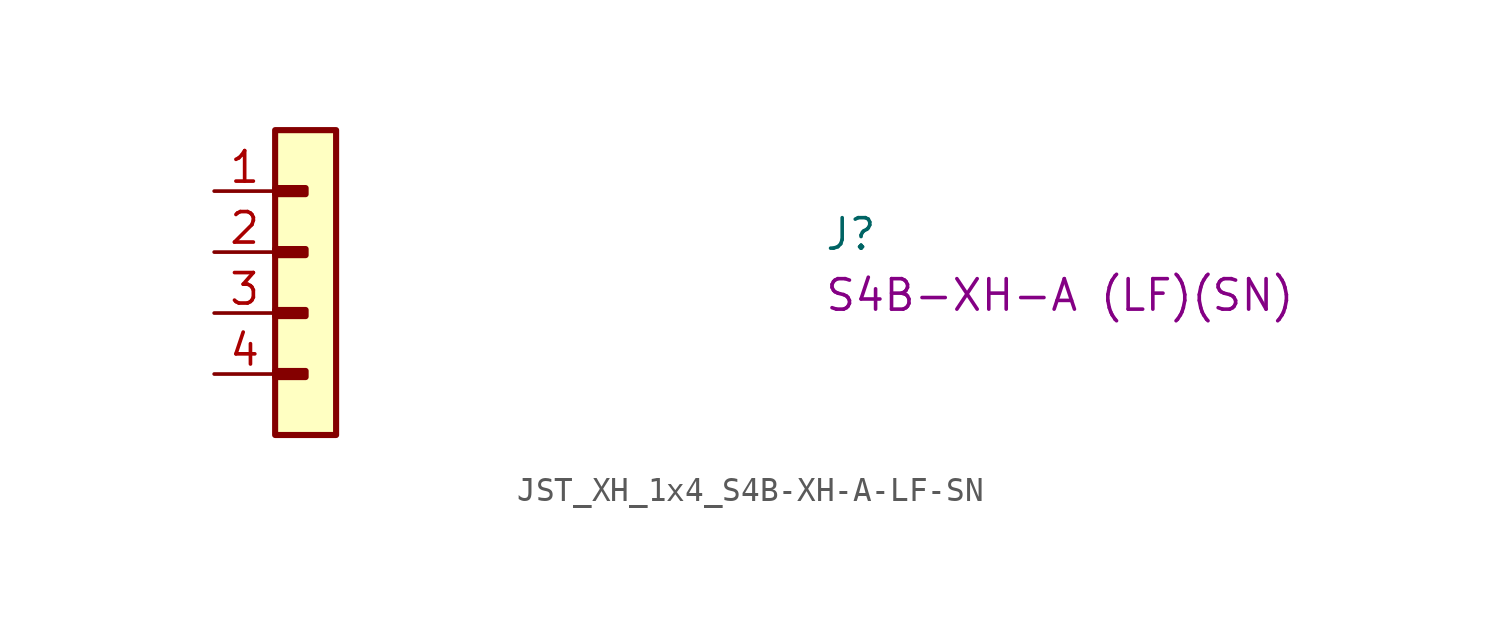
<source format=kicad_sym>
(kicad_symbol_lib
  (version 20220914)
  (generator kicad_symbol_editor)
  (symbol "JST_XH_1x4_S4B-XH-A-LF-SN"
    (property "Reference" "J"
      (at 25.4 -2.54 0)
      (effects (font (size 1.27 1.27) (thickness 0.15)) (justify left bottom)))
    (property "MPN" "S4B-XH-A (LF)(SN)"
      (at 25.4 -5.08 0)
      (effects (font (size 1.27 1.27) (thickness 0.15)) (justify left bottom)))
    (symbol "JST_XH_1x4_S4B-XH-A-LF-SN_1_1"
      (rectangle (start 2.54 -7.493) (end 3.81 -7.747) (stroke (width 0.254) (type default)) (fill (type background)))
      (rectangle (start 2.54 -4.953) (end 3.81 -5.207) (stroke (width 0.254) (type default)) (fill (type background)))
      (rectangle (start 2.54 -2.413) (end 3.81 -2.667) (stroke (width 0.254) (type default)) (fill (type background)))
      (rectangle (start 2.54 0.127) (end 3.81 -0.127) (stroke (width 0.254) (type default)) (fill (type background)))
      (rectangle (start 2.54 2.54) (end 5.08 -10.16) (stroke (width 0.254) (type default)) (fill (type background)))
      (pin passive line (at 0 0 0) (length 2.54) (name "~" (effects (font (size 1.27 1.27)))) (number "1" (effects (font (size 1.27 1.27)))))
      (pin passive line (at 0 -2.54 0) (length 2.54) (name "~" (effects (font (size 1.27 1.27)))) (number "2" (effects (font (size 1.27 1.27)))))
      (pin passive line (at 0 -5.08 0) (length 2.54) (name "~" (effects (font (size 1.27 1.27)))) (number "3" (effects (font (size 1.27 1.27)))))
      (pin passive line (at 0 -7.62 0) (length 2.54) (name "~" (effects (font (size 1.27 1.27)))) (number "4" (effects (font (size 1.27 1.27))))))))
</source>
